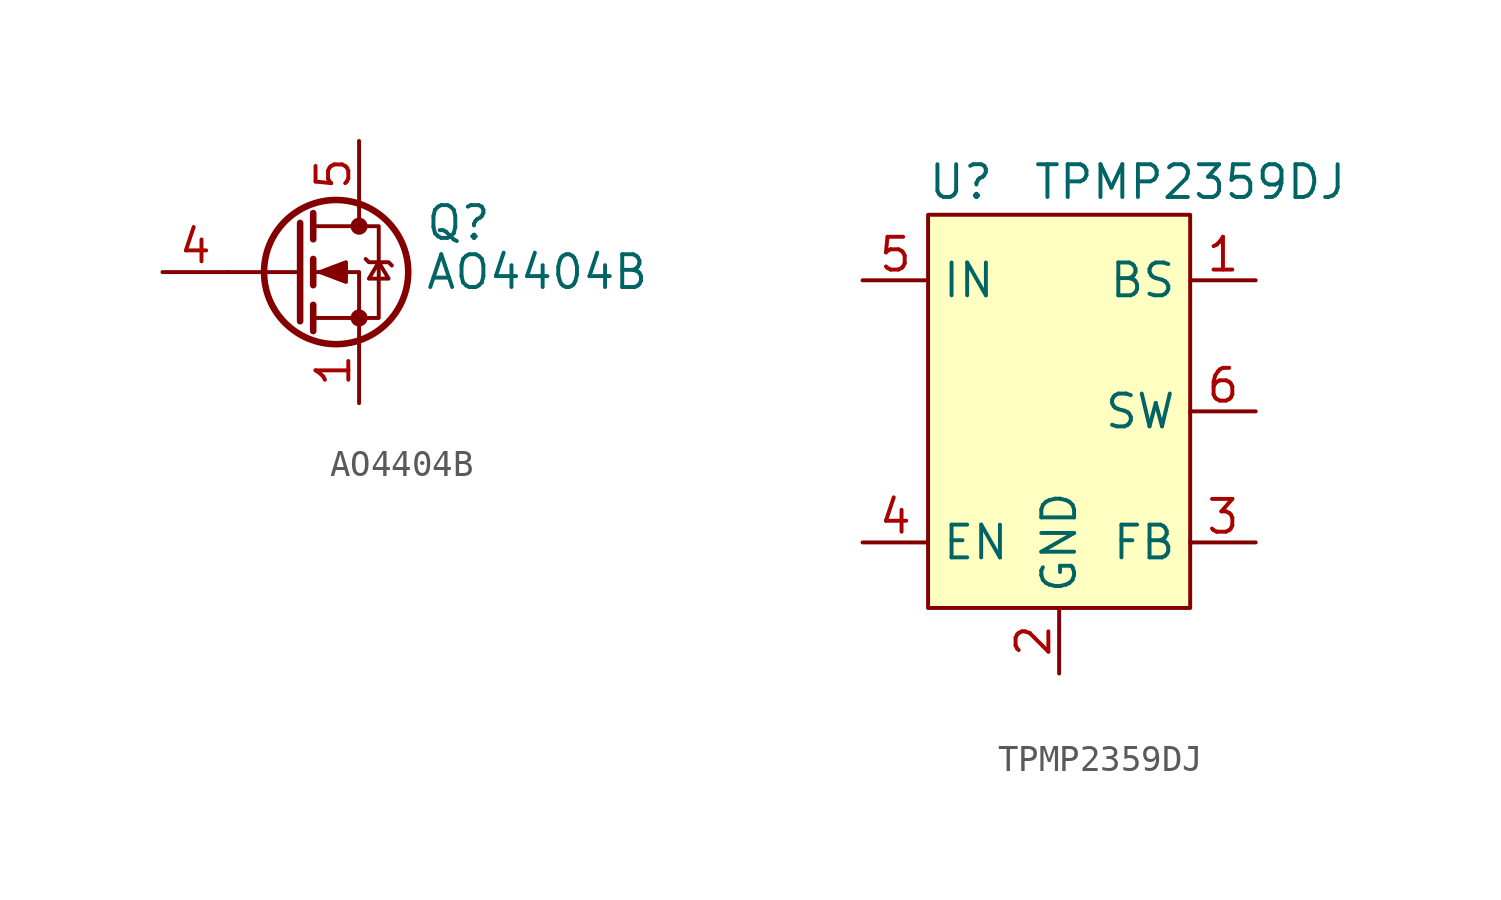
<source format=kicad_sym>
(kicad_symbol_lib
  (version 20220914)
  (generator kicad_symbol_editor)
  (symbol "AO4404B"
    (pin_names hide)
    (property "Reference" "Q"
      (at 5.08 1.905 0)
      (effects (font (size 1.27 1.27)) (justify left)))
    (property "Value" "AO4404B"
      (at 5.08 0 0)
      (effects (font (size 1.27 1.27)) (justify left)))
    (symbol "AO4404B_0_1"
      (polyline (pts (xy 0.254 0) (xy -2.54 0)) (stroke (width 0) (type default)) (fill (type none)))
      (polyline (pts (xy 0.254 1.905) (xy 0.254 -1.905)) (stroke (width 0.254) (type default)) (fill (type none)))
      (polyline (pts (xy 0.762 -1.27) (xy 0.762 -2.286)) (stroke (width 0.254) (type default)) (fill (type none)))
      (polyline (pts (xy 0.762 0.508) (xy 0.762 -0.508)) (stroke (width 0.254) (type default)) (fill (type none)))
      (polyline (pts (xy 0.762 2.286) (xy 0.762 1.27)) (stroke (width 0.254) (type default)) (fill (type none)))
      (polyline (pts (xy 2.54 2.54) (xy 2.54 1.778)) (stroke (width 0) (type default)) (fill (type none)))
      (polyline (pts (xy 2.54 -2.54) (xy 2.54 0) (xy 0.762 0)) (stroke (width 0) (type default)) (fill (type none)))
      (polyline (pts (xy 0.762 -1.778) (xy 3.302 -1.778) (xy 3.302 1.778) (xy 0.762 1.778)) (stroke (width 0) (type default)) (fill (type none)))
      (polyline (pts (xy 1.016 0) (xy 2.032 0.381) (xy 2.032 -0.381) (xy 1.016 0)) (stroke (width 0) (type default)) (fill (type outline)))
      (polyline (pts (xy 2.794 0.508) (xy 2.921 0.381) (xy 3.683 0.381) (xy 3.81 0.254)) (stroke (width 0) (type default)) (fill (type none)))
      (polyline (pts (xy 3.302 0.381) (xy 2.921 -0.254) (xy 3.683 -0.254) (xy 3.302 0.381)) (stroke (width 0) (type default)) (fill (type none)))
      (circle (center 1.651 0) (radius 2.794) (stroke (width 0.254) (type default)) (fill (type none)))
      (circle (center 2.54 -1.778) (radius 0.254) (stroke (width 0) (type default)) (fill (type outline)))
      (circle (center 2.54 1.778) (radius 0.254) (stroke (width 0) (type default)) (fill (type outline))))
    (symbol "AO4404B_1_0"
      (pin passive line (at 2.54 -5.08 90) (length 2.54) hide (name "S" (effects (font (size 1.27 1.27)))) (number "2" (effects (font (size 1.27 1.27)))))
      (pin passive line (at 2.54 -5.08 90) (length 2.54) hide (name "S" (effects (font (size 1.27 1.27)))) (number "3" (effects (font (size 1.27 1.27)))))
      (pin input line (at -5.08 0 0) (length 2.54) (name "G" (effects (font (size 1.27 1.27)))) (number "4" (effects (font (size 1.27 1.27)))))
      (pin passive line (at 2.54 5.08 270) (length 2.54) (name "D" (effects (font (size 1.27 1.27)))) (number "5" (effects (font (size 1.27 1.27)))))
      (pin passive line (at 2.54 5.08 270) (length 2.54) hide (name "D" (effects (font (size 1.27 1.27)))) (number "6" (effects (font (size 1.27 1.27)))))
      (pin passive line (at 2.54 5.08 270) (length 2.54) hide (name "D" (effects (font (size 1.27 1.27)))) (number "7" (effects (font (size 1.27 1.27)))))
      (pin passive line (at 2.54 5.08 270) (length 2.54) hide (name "D" (effects (font (size 1.27 1.27)))) (number "8" (effects (font (size 1.27 1.27))))))
    (symbol "AO4404B_1_1"
      (pin passive line (at 2.54 -5.08 90) (length 2.54) (name "S" (effects (font (size 1.27 1.27)))) (number "1" (effects (font (size 1.27 1.27)))))))
  (symbol "TPMP2359DJ"
    (property "Reference" "U"
      (at -3.81 8.89 0)
      (effects (font (size 1.27 1.27))))
    (property "Value" "TPMP2359DJ"
      (at 5.08 8.89 0)
      (effects (font (size 1.27 1.27))))
    (symbol "TPMP2359DJ_0_0"
      (pin passive line (at 7.62 5.08 180) (length 2.54) (name "BS" (effects (font (size 1.27 1.27)))) (number "1" (effects (font (size 1.27 1.27)))))
      (pin power_in line (at 0 -10.16 90) (length 2.54) (name "GND" (effects (font (size 1.27 1.27)))) (number "2" (effects (font (size 1.27 1.27)))))
      (pin input line (at 7.62 -5.08 180) (length 2.54) (name "FB" (effects (font (size 1.27 1.27)))) (number "3" (effects (font (size 1.27 1.27)))))
      (pin input line (at -7.62 -5.08 0) (length 2.54) (name "EN" (effects (font (size 1.27 1.27)))) (number "4" (effects (font (size 1.27 1.27)))))
      (pin power_in line (at -7.62 5.08 0) (length 2.54) (name "IN" (effects (font (size 1.27 1.27)))) (number "5" (effects (font (size 1.27 1.27)))))
      (pin power_out line (at 7.62 0 180) (length 2.54) (name "SW" (effects (font (size 1.27 1.27)))) (number "6" (effects (font (size 1.27 1.27))))))
    (symbol "TPMP2359DJ_1_1"
      (rectangle (start -5.08 7.62) (end 5.08 -7.62) (stroke (width 0) (type default)) (fill (type background))))))
</source>
